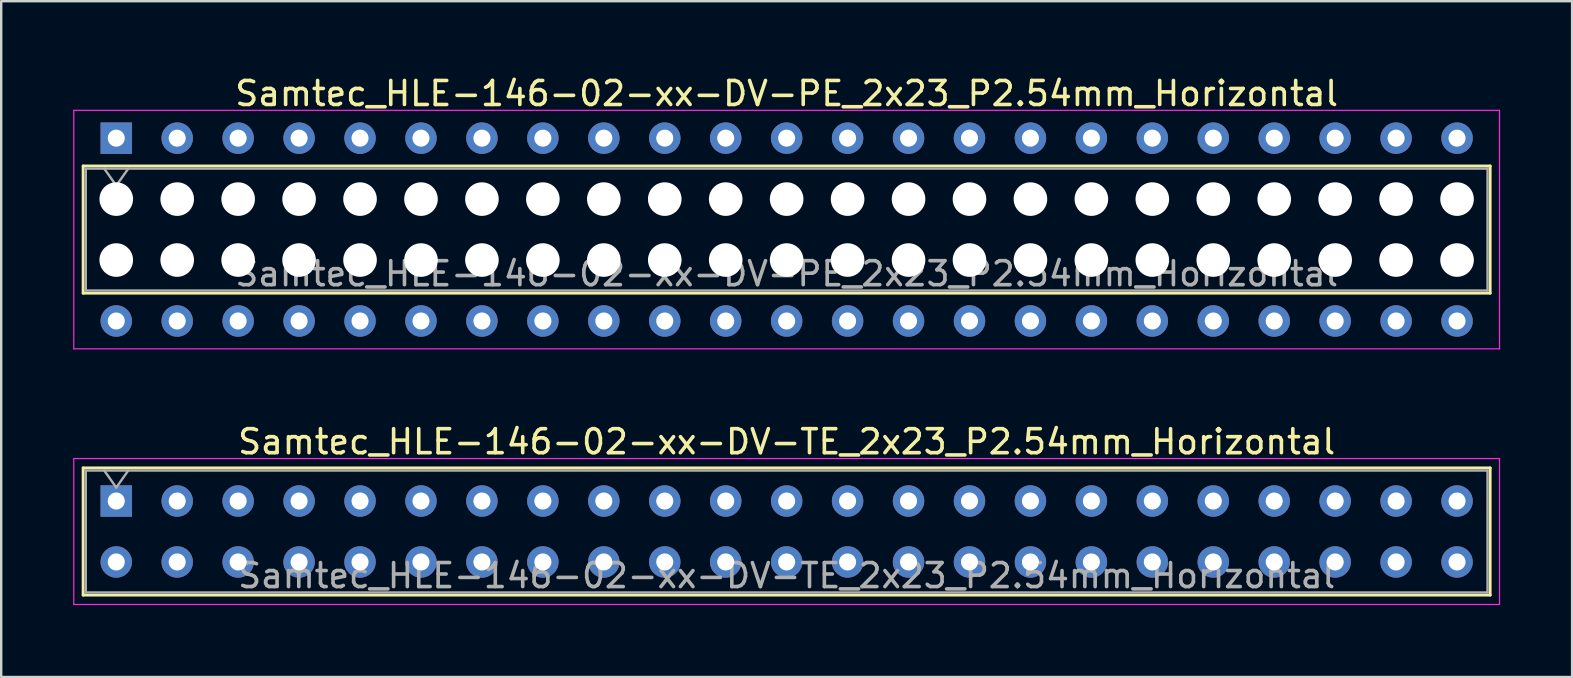
<source format=kicad_pcb>
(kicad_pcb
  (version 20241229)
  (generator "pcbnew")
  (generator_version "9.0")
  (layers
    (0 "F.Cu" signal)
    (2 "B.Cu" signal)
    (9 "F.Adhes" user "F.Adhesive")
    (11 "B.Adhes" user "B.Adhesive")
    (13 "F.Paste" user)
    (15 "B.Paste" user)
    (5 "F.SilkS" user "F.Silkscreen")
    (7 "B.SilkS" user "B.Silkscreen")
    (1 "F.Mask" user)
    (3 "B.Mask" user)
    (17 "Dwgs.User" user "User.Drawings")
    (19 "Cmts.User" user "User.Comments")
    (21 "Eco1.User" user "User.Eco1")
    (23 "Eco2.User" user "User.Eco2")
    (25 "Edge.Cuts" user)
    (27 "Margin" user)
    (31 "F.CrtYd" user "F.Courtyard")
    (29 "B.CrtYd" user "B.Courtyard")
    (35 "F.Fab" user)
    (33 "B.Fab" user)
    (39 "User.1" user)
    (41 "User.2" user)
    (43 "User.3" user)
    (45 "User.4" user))
  (footprint "Samtec_HLE-146-02-xx-DV-TE_2x23_P2.54mm_Horizontal"
    (layer "F.Cu")
    (at 1.795 17.831)
    (property "Reference" "Samtec_HLE-146-02-xx-DV-TE_2x23_P2.54mm_Horizontal" (at 27.94 -2.47 0) (layer "F.SilkS") (effects (font (size 1 1) (thickness 0.15))))
    (attr through_hole)
    (fp_line (start -1.38 -1.38) (end 57.26 -1.38) (stroke (width 0.12) (type solid)) (layer "F.SilkS"))
    (fp_line (start -1.38 3.92) (end -1.38 -1.38) (stroke (width 0.12) (type solid)) (layer "F.SilkS"))
    (fp_line (start 57.26 -1.38) (end 57.26 3.92) (stroke (width 0.12) (type solid)) (layer "F.SilkS"))
    (fp_line (start 57.26 3.92) (end -1.38 3.92) (stroke (width 0.12) (type solid)) (layer "F.SilkS"))
    (fp_line (start -1.77 -1.77) (end 57.65 -1.77) (stroke (width 0.05) (type solid)) (layer "F.CrtYd"))
    (fp_line (start -1.77 4.31) (end -1.77 -1.77) (stroke (width 0.05) (type solid)) (layer "F.CrtYd"))
    (fp_line (start 57.65 -1.77) (end 57.65 4.31) (stroke (width 0.05) (type solid)) (layer "F.CrtYd"))
    (fp_line (start 57.65 4.31) (end -1.77 4.31) (stroke (width 0.05) (type solid)) (layer "F.CrtYd"))
    (fp_line (start -1.27 -1.27) (end 57.15 -1.27) (stroke (width 0.1) (type solid)) (layer "F.Fab"))
    (fp_line (start -1.27 3.81) (end -1.27 -1.27) (stroke (width 0.1) (type solid)) (layer "F.Fab"))
    (fp_line (start -0.5 -1.27) (end 0 -0.563) (stroke (width 0.1) (type solid)) (layer "F.Fab"))
    (fp_line (start 0 -0.563) (end 0.5 -1.27) (stroke (width 0.1) (type solid)) (layer "F.Fab"))
    (fp_line (start 57.15 -1.27) (end 57.15 3.81) (stroke (width 0.1) (type solid)) (layer "F.Fab"))
    (fp_line (start 57.15 3.81) (end -1.27 3.81) (stroke (width 0.1) (type solid)) (layer "F.Fab"))
    (fp_text user "${REFERENCE}" (at 27.94 3.11 0) (layer "F.Fab") (effects (font (size 1 1) (thickness 0.15))))
    (pad "1" thru_hole rect (at 0 0) (size 1.31 1.31) (drill 0.71) (layers "*.Cu" "*.Mask"))
    (pad "2" thru_hole circle (at 0 2.54) (size 1.31 1.31) (drill 0.71) (layers "*.Cu" "*.Mask"))
    (pad "3" thru_hole circle (at 2.54 0) (size 1.31 1.31) (drill 0.71) (layers "*.Cu" "*.Mask"))
    (pad "4" thru_hole circle (at 2.54 2.54) (size 1.31 1.31) (drill 0.71) (layers "*.Cu" "*.Mask"))
    (pad "5" thru_hole circle (at 5.08 0) (size 1.31 1.31) (drill 0.71) (layers "*.Cu" "*.Mask"))
    (pad "6" thru_hole circle (at 5.08 2.54) (size 1.31 1.31) (drill 0.71) (layers "*.Cu" "*.Mask"))
    (pad "7" thru_hole circle (at 7.62 0) (size 1.31 1.31) (drill 0.71) (layers "*.Cu" "*.Mask"))
    (pad "8" thru_hole circle (at 7.62 2.54) (size 1.31 1.31) (drill 0.71) (layers "*.Cu" "*.Mask"))
    (pad "9" thru_hole circle (at 10.16 0) (size 1.31 1.31) (drill 0.71) (layers "*.Cu" "*.Mask"))
    (pad "10" thru_hole circle (at 10.16 2.54) (size 1.31 1.31) (drill 0.71) (layers "*.Cu" "*.Mask"))
    (pad "11" thru_hole circle (at 12.7 0) (size 1.31 1.31) (drill 0.71) (layers "*.Cu" "*.Mask"))
    (pad "12" thru_hole circle (at 12.7 2.54) (size 1.31 1.31) (drill 0.71) (layers "*.Cu" "*.Mask"))
    (pad "13" thru_hole circle (at 15.24 0) (size 1.31 1.31) (drill 0.71) (layers "*.Cu" "*.Mask"))
    (pad "14" thru_hole circle (at 15.24 2.54) (size 1.31 1.31) (drill 0.71) (layers "*.Cu" "*.Mask"))
    (pad "15" thru_hole circle (at 17.78 0) (size 1.31 1.31) (drill 0.71) (layers "*.Cu" "*.Mask"))
    (pad "16" thru_hole circle (at 17.78 2.54) (size 1.31 1.31) (drill 0.71) (layers "*.Cu" "*.Mask"))
    (pad "17" thru_hole circle (at 20.32 0) (size 1.31 1.31) (drill 0.71) (layers "*.Cu" "*.Mask"))
    (pad "18" thru_hole circle (at 20.32 2.54) (size 1.31 1.31) (drill 0.71) (layers "*.Cu" "*.Mask"))
    (pad "19" thru_hole circle (at 22.86 0) (size 1.31 1.31) (drill 0.71) (layers "*.Cu" "*.Mask"))
    (pad "20" thru_hole circle (at 22.86 2.54) (size 1.31 1.31) (drill 0.71) (layers "*.Cu" "*.Mask"))
    (pad "21" thru_hole circle (at 25.4 0) (size 1.31 1.31) (drill 0.71) (layers "*.Cu" "*.Mask"))
    (pad "22" thru_hole circle (at 25.4 2.54) (size 1.31 1.31) (drill 0.71) (layers "*.Cu" "*.Mask"))
    (pad "23" thru_hole circle (at 27.94 0) (size 1.31 1.31) (drill 0.71) (layers "*.Cu" "*.Mask"))
    (pad "24" thru_hole circle (at 27.94 2.54) (size 1.31 1.31) (drill 0.71) (layers "*.Cu" "*.Mask"))
    (pad "25" thru_hole circle (at 30.48 0) (size 1.31 1.31) (drill 0.71) (layers "*.Cu" "*.Mask"))
    (pad "26" thru_hole circle (at 30.48 2.54) (size 1.31 1.31) (drill 0.71) (layers "*.Cu" "*.Mask"))
    (pad "27" thru_hole circle (at 33.02 0) (size 1.31 1.31) (drill 0.71) (layers "*.Cu" "*.Mask"))
    (pad "28" thru_hole circle (at 33.02 2.54) (size 1.31 1.31) (drill 0.71) (layers "*.Cu" "*.Mask"))
    (pad "29" thru_hole circle (at 35.56 0) (size 1.31 1.31) (drill 0.71) (layers "*.Cu" "*.Mask"))
    (pad "30" thru_hole circle (at 35.56 2.54) (size 1.31 1.31) (drill 0.71) (layers "*.Cu" "*.Mask"))
    (pad "31" thru_hole circle (at 38.1 0) (size 1.31 1.31) (drill 0.71) (layers "*.Cu" "*.Mask"))
    (pad "32" thru_hole circle (at 38.1 2.54) (size 1.31 1.31) (drill 0.71) (layers "*.Cu" "*.Mask"))
    (pad "33" thru_hole circle (at 40.64 0) (size 1.31 1.31) (drill 0.71) (layers "*.Cu" "*.Mask"))
    (pad "34" thru_hole circle (at 40.64 2.54) (size 1.31 1.31) (drill 0.71) (layers "*.Cu" "*.Mask"))
    (pad "35" thru_hole circle (at 43.18 0) (size 1.31 1.31) (drill 0.71) (layers "*.Cu" "*.Mask"))
    (pad "36" thru_hole circle (at 43.18 2.54) (size 1.31 1.31) (drill 0.71) (layers "*.Cu" "*.Mask"))
    (pad "37" thru_hole circle (at 45.72 0) (size 1.31 1.31) (drill 0.71) (layers "*.Cu" "*.Mask"))
    (pad "38" thru_hole circle (at 45.72 2.54) (size 1.31 1.31) (drill 0.71) (layers "*.Cu" "*.Mask"))
    (pad "39" thru_hole circle (at 48.26 0) (size 1.31 1.31) (drill 0.71) (layers "*.Cu" "*.Mask"))
    (pad "40" thru_hole circle (at 48.26 2.54) (size 1.31 1.31) (drill 0.71) (layers "*.Cu" "*.Mask"))
    (pad "41" thru_hole circle (at 50.8 0) (size 1.31 1.31) (drill 0.71) (layers "*.Cu" "*.Mask"))
    (pad "42" thru_hole circle (at 50.8 2.54) (size 1.31 1.31) (drill 0.71) (layers "*.Cu" "*.Mask"))
    (pad "43" thru_hole circle (at 53.34 0) (size 1.31 1.31) (drill 0.71) (layers "*.Cu" "*.Mask"))
    (pad "44" thru_hole circle (at 53.34 2.54) (size 1.31 1.31) (drill 0.71) (layers "*.Cu" "*.Mask"))
    (pad "45" thru_hole circle (at 55.88 0) (size 1.31 1.31) (drill 0.71) (layers "*.Cu" "*.Mask"))
    (pad "46" thru_hole circle (at 55.88 2.54) (size 1.31 1.31) (drill 0.71) (layers "*.Cu" "*.Mask")))
  (footprint "Samtec_HLE-146-02-xx-DV-PE_2x23_P2.54mm_Horizontal"
    (layer "F.Cu")
    (at 1.795 2.708)
    (property "Reference" "Samtec_HLE-146-02-xx-DV-PE_2x23_P2.54mm_Horizontal" (at 27.94 -1.86 0) (layer "F.SilkS") (effects (font (size 1 1) (thickness 0.15))))
    (attr through_hole)
    (fp_line (start -1.38 1.16) (end 57.26 1.16) (stroke (width 0.12) (type solid)) (layer "F.SilkS"))
    (fp_line (start -1.38 6.46) (end -1.38 1.16) (stroke (width 0.12) (type solid)) (layer "F.SilkS"))
    (fp_line (start 57.26 1.16) (end 57.26 6.46) (stroke (width 0.12) (type solid)) (layer "F.SilkS"))
    (fp_line (start 57.26 6.46) (end -1.38 6.46) (stroke (width 0.12) (type solid)) (layer "F.SilkS"))
    (fp_line (start -1.77 -1.16) (end 57.65 -1.16) (stroke (width 0.05) (type solid)) (layer "F.CrtYd"))
    (fp_line (start -1.77 8.78) (end -1.77 -1.16) (stroke (width 0.05) (type solid)) (layer "F.CrtYd"))
    (fp_line (start 57.65 -1.16) (end 57.65 8.78) (stroke (width 0.05) (type solid)) (layer "F.CrtYd"))
    (fp_line (start 57.65 8.78) (end -1.77 8.78) (stroke (width 0.05) (type solid)) (layer "F.CrtYd"))
    (fp_line (start -1.27 1.27) (end 57.15 1.27) (stroke (width 0.1) (type solid)) (layer "F.Fab"))
    (fp_line (start -1.27 6.35) (end -1.27 1.27) (stroke (width 0.1) (type solid)) (layer "F.Fab"))
    (fp_line (start -0.5 1.27) (end 0 1.977) (stroke (width 0.1) (type solid)) (layer "F.Fab"))
    (fp_line (start 0 1.977) (end 0.5 1.27) (stroke (width 0.1) (type solid)) (layer "F.Fab"))
    (fp_line (start 57.15 1.27) (end 57.15 6.35) (stroke (width 0.1) (type solid)) (layer "F.Fab"))
    (fp_line (start 57.15 6.35) (end -1.27 6.35) (stroke (width 0.1) (type solid)) (layer "F.Fab"))
    (fp_text user "${REFERENCE}" (at 27.94 5.65 0) (layer "F.Fab") (effects (font (size 1 1) (thickness 0.15))))
    (pad "" np_thru_hole circle (at 0 2.54) (size 1.4 1.4) (drill 1.4) (layers "*.Cu" "*.Mask"))
    (pad "" np_thru_hole circle (at 0 5.08) (size 1.4 1.4) (drill 1.4) (layers "*.Cu" "*.Mask"))
    (pad "" np_thru_hole circle (at 2.54 2.54) (size 1.4 1.4) (drill 1.4) (layers "*.Cu" "*.Mask"))
    (pad "" np_thru_hole circle (at 2.54 5.08) (size 1.4 1.4) (drill 1.4) (layers "*.Cu" "*.Mask"))
    (pad "" np_thru_hole circle (at 5.08 2.54) (size 1.4 1.4) (drill 1.4) (layers "*.Cu" "*.Mask"))
    (pad "" np_thru_hole circle (at 5.08 5.08) (size 1.4 1.4) (drill 1.4) (layers "*.Cu" "*.Mask"))
    (pad "" np_thru_hole circle (at 7.62 2.54) (size 1.4 1.4) (drill 1.4) (layers "*.Cu" "*.Mask"))
    (pad "" np_thru_hole circle (at 7.62 5.08) (size 1.4 1.4) (drill 1.4) (layers "*.Cu" "*.Mask"))
    (pad "" np_thru_hole circle (at 10.16 2.54) (size 1.4 1.4) (drill 1.4) (layers "*.Cu" "*.Mask"))
    (pad "" np_thru_hole circle (at 10.16 5.08) (size 1.4 1.4) (drill 1.4) (layers "*.Cu" "*.Mask"))
    (pad "" np_thru_hole circle (at 12.7 2.54) (size 1.4 1.4) (drill 1.4) (layers "*.Cu" "*.Mask"))
    (pad "" np_thru_hole circle (at 12.7 5.08) (size 1.4 1.4) (drill 1.4) (layers "*.Cu" "*.Mask"))
    (pad "" np_thru_hole circle (at 15.24 2.54) (size 1.4 1.4) (drill 1.4) (layers "*.Cu" "*.Mask"))
    (pad "" np_thru_hole circle (at 15.24 5.08) (size 1.4 1.4) (drill 1.4) (layers "*.Cu" "*.Mask"))
    (pad "" np_thru_hole circle (at 17.78 2.54) (size 1.4 1.4) (drill 1.4) (layers "*.Cu" "*.Mask"))
    (pad "" np_thru_hole circle (at 17.78 5.08) (size 1.4 1.4) (drill 1.4) (layers "*.Cu" "*.Mask"))
    (pad "" np_thru_hole circle (at 20.32 2.54) (size 1.4 1.4) (drill 1.4) (layers "*.Cu" "*.Mask"))
    (pad "" np_thru_hole circle (at 20.32 5.08) (size 1.4 1.4) (drill 1.4) (layers "*.Cu" "*.Mask"))
    (pad "" np_thru_hole circle (at 22.86 2.54) (size 1.4 1.4) (drill 1.4) (layers "*.Cu" "*.Mask"))
    (pad "" np_thru_hole circle (at 22.86 5.08) (size 1.4 1.4) (drill 1.4) (layers "*.Cu" "*.Mask"))
    (pad "" np_thru_hole circle (at 25.4 2.54) (size 1.4 1.4) (drill 1.4) (layers "*.Cu" "*.Mask"))
    (pad "" np_thru_hole circle (at 25.4 5.08) (size 1.4 1.4) (drill 1.4) (layers "*.Cu" "*.Mask"))
    (pad "" np_thru_hole circle (at 27.94 2.54) (size 1.4 1.4) (drill 1.4) (layers "*.Cu" "*.Mask"))
    (pad "" np_thru_hole circle (at 27.94 5.08) (size 1.4 1.4) (drill 1.4) (layers "*.Cu" "*.Mask"))
    (pad "" np_thru_hole circle (at 30.48 2.54) (size 1.4 1.4) (drill 1.4) (layers "*.Cu" "*.Mask"))
    (pad "" np_thru_hole circle (at 30.48 5.08) (size 1.4 1.4) (drill 1.4) (layers "*.Cu" "*.Mask"))
    (pad "" np_thru_hole circle (at 33.02 2.54) (size 1.4 1.4) (drill 1.4) (layers "*.Cu" "*.Mask"))
    (pad "" np_thru_hole circle (at 33.02 5.08) (size 1.4 1.4) (drill 1.4) (layers "*.Cu" "*.Mask"))
    (pad "" np_thru_hole circle (at 35.56 2.54) (size 1.4 1.4) (drill 1.4) (layers "*.Cu" "*.Mask"))
    (pad "" np_thru_hole circle (at 35.56 5.08) (size 1.4 1.4) (drill 1.4) (layers "*.Cu" "*.Mask"))
    (pad "" np_thru_hole circle (at 38.1 2.54) (size 1.4 1.4) (drill 1.4) (layers "*.Cu" "*.Mask"))
    (pad "" np_thru_hole circle (at 38.1 5.08) (size 1.4 1.4) (drill 1.4) (layers "*.Cu" "*.Mask"))
    (pad "" np_thru_hole circle (at 40.64 2.54) (size 1.4 1.4) (drill 1.4) (layers "*.Cu" "*.Mask"))
    (pad "" np_thru_hole circle (at 40.64 5.08) (size 1.4 1.4) (drill 1.4) (layers "*.Cu" "*.Mask"))
    (pad "" np_thru_hole circle (at 43.18 2.54) (size 1.4 1.4) (drill 1.4) (layers "*.Cu" "*.Mask"))
    (pad "" np_thru_hole circle (at 43.18 5.08) (size 1.4 1.4) (drill 1.4) (layers "*.Cu" "*.Mask"))
    (pad "" np_thru_hole circle (at 45.72 2.54) (size 1.4 1.4) (drill 1.4) (layers "*.Cu" "*.Mask"))
    (pad "" np_thru_hole circle (at 45.72 5.08) (size 1.4 1.4) (drill 1.4) (layers "*.Cu" "*.Mask"))
    (pad "" np_thru_hole circle (at 48.26 2.54) (size 1.4 1.4) (drill 1.4) (layers "*.Cu" "*.Mask"))
    (pad "" np_thru_hole circle (at 48.26 5.08) (size 1.4 1.4) (drill 1.4) (layers "*.Cu" "*.Mask"))
    (pad "" np_thru_hole circle (at 50.8 2.54) (size 1.4 1.4) (drill 1.4) (layers "*.Cu" "*.Mask"))
    (pad "" np_thru_hole circle (at 50.8 5.08) (size 1.4 1.4) (drill 1.4) (layers "*.Cu" "*.Mask"))
    (pad "" np_thru_hole circle (at 53.34 2.54) (size 1.4 1.4) (drill 1.4) (layers "*.Cu" "*.Mask"))
    (pad "" np_thru_hole circle (at 53.34 5.08) (size 1.4 1.4) (drill 1.4) (layers "*.Cu" "*.Mask"))
    (pad "" np_thru_hole circle (at 55.88 2.54) (size 1.4 1.4) (drill 1.4) (layers "*.Cu" "*.Mask"))
    (pad "" np_thru_hole circle (at 55.88 5.08) (size 1.4 1.4) (drill 1.4) (layers "*.Cu" "*.Mask"))
    (pad "1" thru_hole rect (at 0 0) (size 1.31 1.31) (drill 0.71) (layers "*.Cu" "*.Mask"))
    (pad "2" thru_hole circle (at 0 7.62) (size 1.31 1.31) (drill 0.71) (layers "*.Cu" "*.Mask"))
    (pad "3" thru_hole circle (at 2.54 0) (size 1.31 1.31) (drill 0.71) (layers "*.Cu" "*.Mask"))
    (pad "4" thru_hole circle (at 2.54 7.62) (size 1.31 1.31) (drill 0.71) (layers "*.Cu" "*.Mask"))
    (pad "5" thru_hole circle (at 5.08 0) (size 1.31 1.31) (drill 0.71) (layers "*.Cu" "*.Mask"))
    (pad "6" thru_hole circle (at 5.08 7.62) (size 1.31 1.31) (drill 0.71) (layers "*.Cu" "*.Mask"))
    (pad "7" thru_hole circle (at 7.62 0) (size 1.31 1.31) (drill 0.71) (layers "*.Cu" "*.Mask"))
    (pad "8" thru_hole circle (at 7.62 7.62) (size 1.31 1.31) (drill 0.71) (layers "*.Cu" "*.Mask"))
    (pad "9" thru_hole circle (at 10.16 0) (size 1.31 1.31) (drill 0.71) (layers "*.Cu" "*.Mask"))
    (pad "10" thru_hole circle (at 10.16 7.62) (size 1.31 1.31) (drill 0.71) (layers "*.Cu" "*.Mask"))
    (pad "11" thru_hole circle (at 12.7 0) (size 1.31 1.31) (drill 0.71) (layers "*.Cu" "*.Mask"))
    (pad "12" thru_hole circle (at 12.7 7.62) (size 1.31 1.31) (drill 0.71) (layers "*.Cu" "*.Mask"))
    (pad "13" thru_hole circle (at 15.24 0) (size 1.31 1.31) (drill 0.71) (layers "*.Cu" "*.Mask"))
    (pad "14" thru_hole circle (at 15.24 7.62) (size 1.31 1.31) (drill 0.71) (layers "*.Cu" "*.Mask"))
    (pad "15" thru_hole circle (at 17.78 0) (size 1.31 1.31) (drill 0.71) (layers "*.Cu" "*.Mask"))
    (pad "16" thru_hole circle (at 17.78 7.62) (size 1.31 1.31) (drill 0.71) (layers "*.Cu" "*.Mask"))
    (pad "17" thru_hole circle (at 20.32 0) (size 1.31 1.31) (drill 0.71) (layers "*.Cu" "*.Mask"))
    (pad "18" thru_hole circle (at 20.32 7.62) (size 1.31 1.31) (drill 0.71) (layers "*.Cu" "*.Mask"))
    (pad "19" thru_hole circle (at 22.86 0) (size 1.31 1.31) (drill 0.71) (layers "*.Cu" "*.Mask"))
    (pad "20" thru_hole circle (at 22.86 7.62) (size 1.31 1.31) (drill 0.71) (layers "*.Cu" "*.Mask"))
    (pad "21" thru_hole circle (at 25.4 0) (size 1.31 1.31) (drill 0.71) (layers "*.Cu" "*.Mask"))
    (pad "22" thru_hole circle (at 25.4 7.62) (size 1.31 1.31) (drill 0.71) (layers "*.Cu" "*.Mask"))
    (pad "23" thru_hole circle (at 27.94 0) (size 1.31 1.31) (drill 0.71) (layers "*.Cu" "*.Mask"))
    (pad "24" thru_hole circle (at 27.94 7.62) (size 1.31 1.31) (drill 0.71) (layers "*.Cu" "*.Mask"))
    (pad "25" thru_hole circle (at 30.48 0) (size 1.31 1.31) (drill 0.71) (layers "*.Cu" "*.Mask"))
    (pad "26" thru_hole circle (at 30.48 7.62) (size 1.31 1.31) (drill 0.71) (layers "*.Cu" "*.Mask"))
    (pad "27" thru_hole circle (at 33.02 0) (size 1.31 1.31) (drill 0.71) (layers "*.Cu" "*.Mask"))
    (pad "28" thru_hole circle (at 33.02 7.62) (size 1.31 1.31) (drill 0.71) (layers "*.Cu" "*.Mask"))
    (pad "29" thru_hole circle (at 35.56 0) (size 1.31 1.31) (drill 0.71) (layers "*.Cu" "*.Mask"))
    (pad "30" thru_hole circle (at 35.56 7.62) (size 1.31 1.31) (drill 0.71) (layers "*.Cu" "*.Mask"))
    (pad "31" thru_hole circle (at 38.1 0) (size 1.31 1.31) (drill 0.71) (layers "*.Cu" "*.Mask"))
    (pad "32" thru_hole circle (at 38.1 7.62) (size 1.31 1.31) (drill 0.71) (layers "*.Cu" "*.Mask"))
    (pad "33" thru_hole circle (at 40.64 0) (size 1.31 1.31) (drill 0.71) (layers "*.Cu" "*.Mask"))
    (pad "34" thru_hole circle (at 40.64 7.62) (size 1.31 1.31) (drill 0.71) (layers "*.Cu" "*.Mask"))
    (pad "35" thru_hole circle (at 43.18 0) (size 1.31 1.31) (drill 0.71) (layers "*.Cu" "*.Mask"))
    (pad "36" thru_hole circle (at 43.18 7.62) (size 1.31 1.31) (drill 0.71) (layers "*.Cu" "*.Mask"))
    (pad "37" thru_hole circle (at 45.72 0) (size 1.31 1.31) (drill 0.71) (layers "*.Cu" "*.Mask"))
    (pad "38" thru_hole circle (at 45.72 7.62) (size 1.31 1.31) (drill 0.71) (layers "*.Cu" "*.Mask"))
    (pad "39" thru_hole circle (at 48.26 0) (size 1.31 1.31) (drill 0.71) (layers "*.Cu" "*.Mask"))
    (pad "40" thru_hole circle (at 48.26 7.62) (size 1.31 1.31) (drill 0.71) (layers "*.Cu" "*.Mask"))
    (pad "41" thru_hole circle (at 50.8 0) (size 1.31 1.31) (drill 0.71) (layers "*.Cu" "*.Mask"))
    (pad "42" thru_hole circle (at 50.8 7.62) (size 1.31 1.31) (drill 0.71) (layers "*.Cu" "*.Mask"))
    (pad "43" thru_hole circle (at 53.34 0) (size 1.31 1.31) (drill 0.71) (layers "*.Cu" "*.Mask"))
    (pad "44" thru_hole circle (at 53.34 7.62) (size 1.31 1.31) (drill 0.71) (layers "*.Cu" "*.Mask"))
    (pad "45" thru_hole circle (at 55.88 0) (size 1.31 1.31) (drill 0.71) (layers "*.Cu" "*.Mask"))
    (pad "46" thru_hole circle (at 55.88 7.62) (size 1.31 1.31) (drill 0.71) (layers "*.Cu" "*.Mask")))
  (gr_rect
    (start -3 -3)
    (end 62.47 25.166)
    (stroke (width 0.1) (type default))
    (fill no)
    (layer "Edge.Cuts")))
</source>
